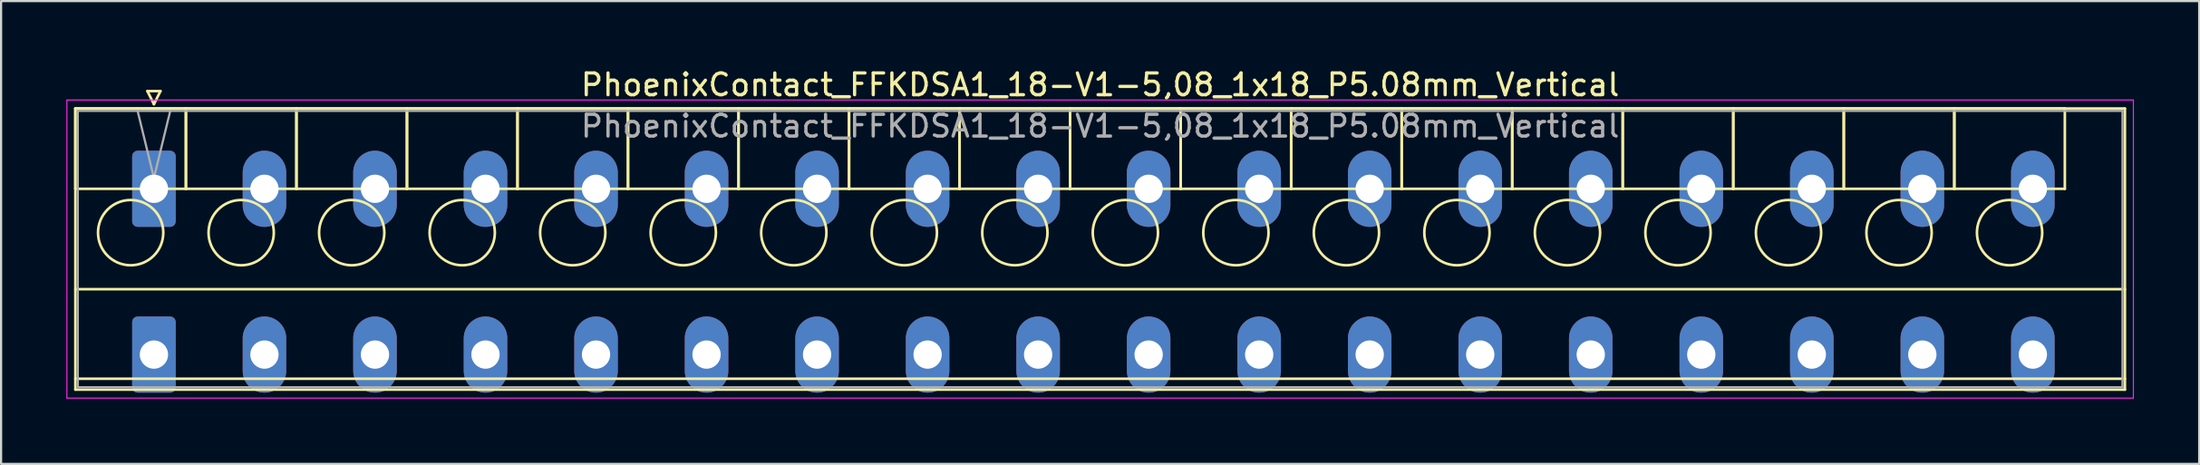
<source format=kicad_pcb>
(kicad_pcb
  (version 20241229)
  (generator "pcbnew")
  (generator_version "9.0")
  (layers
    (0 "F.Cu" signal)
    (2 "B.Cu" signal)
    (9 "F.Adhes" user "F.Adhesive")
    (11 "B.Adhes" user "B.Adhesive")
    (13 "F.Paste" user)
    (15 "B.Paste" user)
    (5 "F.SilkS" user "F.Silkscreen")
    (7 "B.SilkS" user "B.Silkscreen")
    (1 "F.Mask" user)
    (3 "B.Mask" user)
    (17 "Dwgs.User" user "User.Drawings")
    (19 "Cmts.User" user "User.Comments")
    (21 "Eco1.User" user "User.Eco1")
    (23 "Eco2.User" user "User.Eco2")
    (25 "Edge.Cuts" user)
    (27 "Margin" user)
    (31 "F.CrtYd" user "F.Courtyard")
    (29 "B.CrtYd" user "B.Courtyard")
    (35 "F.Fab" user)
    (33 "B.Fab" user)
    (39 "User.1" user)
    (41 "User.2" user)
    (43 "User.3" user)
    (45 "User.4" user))
  (footprint "PhoenixContact_FFKDSA1_18-V1-5,08_1x18_P5.08mm_Vertical"
    (layer "F.Cu")
    (at 4.025 5.628)
    (property "Reference" "PhoenixContact_FFKDSA1_18-V1-5,08_1x18_P5.08mm_Vertical" (at 43.49 -4.78 0) (layer "F.SilkS") (effects (font (size 1 1) (thickness 0.15))))
    (attr through_hole)
    (fp_line (start -3.61 -3.69) (end -3.61 0) (stroke (width 0.12) (type solid)) (layer "F.SilkS"))
    (fp_line (start -3.61 -3.69) (end -3.61 9.23) (stroke (width 0.12) (type solid)) (layer "F.SilkS"))
    (fp_line (start -3.61 0) (end 1.47 0) (stroke (width 0.12) (type solid)) (layer "F.SilkS"))
    (fp_line (start -3.61 4.615) (end 90.59 4.615) (stroke (width 0.12) (type solid)) (layer "F.SilkS"))
    (fp_line (start -3.61 8.73) (end 90.59 8.73) (stroke (width 0.12) (type solid)) (layer "F.SilkS"))
    (fp_line (start -3.61 9.23) (end 90.59 9.23) (stroke (width 0.12) (type solid)) (layer "F.SilkS"))
    (fp_line (start -0.3 -4.49) (end 0.3 -4.49) (stroke (width 0.12) (type solid)) (layer "F.SilkS"))
    (fp_line (start 0 -3.89) (end -0.3 -4.49) (stroke (width 0.12) (type solid)) (layer "F.SilkS"))
    (fp_line (start 0.3 -4.49) (end 0 -3.89) (stroke (width 0.12) (type solid)) (layer "F.SilkS"))
    (fp_line (start 1.47 -3.69) (end -3.61 -3.69) (stroke (width 0.12) (type solid)) (layer "F.SilkS"))
    (fp_line (start 1.47 -3.69) (end 1.47 0) (stroke (width 0.12) (type solid)) (layer "F.SilkS"))
    (fp_line (start 1.47 0) (end 1.47 -3.69) (stroke (width 0.12) (type solid)) (layer "F.SilkS"))
    (fp_line (start 1.47 0) (end 6.55 0) (stroke (width 0.12) (type solid)) (layer "F.SilkS"))
    (fp_line (start 6.55 -3.69) (end 1.47 -3.69) (stroke (width 0.12) (type solid)) (layer "F.SilkS"))
    (fp_line (start 6.55 -3.69) (end 6.55 0) (stroke (width 0.12) (type solid)) (layer "F.SilkS"))
    (fp_line (start 6.55 0) (end 6.55 -3.69) (stroke (width 0.12) (type solid)) (layer "F.SilkS"))
    (fp_line (start 6.55 0) (end 11.63 0) (stroke (width 0.12) (type solid)) (layer "F.SilkS"))
    (fp_line (start 11.63 -3.69) (end 6.55 -3.69) (stroke (width 0.12) (type solid)) (layer "F.SilkS"))
    (fp_line (start 11.63 -3.69) (end 11.63 0) (stroke (width 0.12) (type solid)) (layer "F.SilkS"))
    (fp_line (start 11.63 0) (end 11.63 -3.69) (stroke (width 0.12) (type solid)) (layer "F.SilkS"))
    (fp_line (start 11.63 0) (end 16.71 0) (stroke (width 0.12) (type solid)) (layer "F.SilkS"))
    (fp_line (start 16.71 -3.69) (end 11.63 -3.69) (stroke (width 0.12) (type solid)) (layer "F.SilkS"))
    (fp_line (start 16.71 -3.69) (end 16.71 0) (stroke (width 0.12) (type solid)) (layer "F.SilkS"))
    (fp_line (start 16.71 0) (end 16.71 -3.69) (stroke (width 0.12) (type solid)) (layer "F.SilkS"))
    (fp_line (start 16.71 0) (end 21.79 0) (stroke (width 0.12) (type solid)) (layer "F.SilkS"))
    (fp_line (start 21.79 -3.69) (end 16.71 -3.69) (stroke (width 0.12) (type solid)) (layer "F.SilkS"))
    (fp_line (start 21.79 -3.69) (end 21.79 0) (stroke (width 0.12) (type solid)) (layer "F.SilkS"))
    (fp_line (start 21.79 0) (end 21.79 -3.69) (stroke (width 0.12) (type solid)) (layer "F.SilkS"))
    (fp_line (start 21.79 0) (end 26.87 0) (stroke (width 0.12) (type solid)) (layer "F.SilkS"))
    (fp_line (start 26.87 -3.69) (end 21.79 -3.69) (stroke (width 0.12) (type solid)) (layer "F.SilkS"))
    (fp_line (start 26.87 -3.69) (end 26.87 0) (stroke (width 0.12) (type solid)) (layer "F.SilkS"))
    (fp_line (start 26.87 0) (end 26.87 -3.69) (stroke (width 0.12) (type solid)) (layer "F.SilkS"))
    (fp_line (start 26.87 0) (end 31.95 0) (stroke (width 0.12) (type solid)) (layer "F.SilkS"))
    (fp_line (start 31.95 -3.69) (end 26.87 -3.69) (stroke (width 0.12) (type solid)) (layer "F.SilkS"))
    (fp_line (start 31.95 -3.69) (end 31.95 0) (stroke (width 0.12) (type solid)) (layer "F.SilkS"))
    (fp_line (start 31.95 0) (end 31.95 -3.69) (stroke (width 0.12) (type solid)) (layer "F.SilkS"))
    (fp_line (start 31.95 0) (end 37.03 0) (stroke (width 0.12) (type solid)) (layer "F.SilkS"))
    (fp_line (start 37.03 -3.69) (end 31.95 -3.69) (stroke (width 0.12) (type solid)) (layer "F.SilkS"))
    (fp_line (start 37.03 -3.69) (end 37.03 0) (stroke (width 0.12) (type solid)) (layer "F.SilkS"))
    (fp_line (start 37.03 0) (end 37.03 -3.69) (stroke (width 0.12) (type solid)) (layer "F.SilkS"))
    (fp_line (start 37.03 0) (end 42.11 0) (stroke (width 0.12) (type solid)) (layer "F.SilkS"))
    (fp_line (start 42.11 -3.69) (end 37.03 -3.69) (stroke (width 0.12) (type solid)) (layer "F.SilkS"))
    (fp_line (start 42.11 -3.69) (end 42.11 0) (stroke (width 0.12) (type solid)) (layer "F.SilkS"))
    (fp_line (start 42.11 0) (end 42.11 -3.69) (stroke (width 0.12) (type solid)) (layer "F.SilkS"))
    (fp_line (start 42.11 0) (end 47.19 0) (stroke (width 0.12) (type solid)) (layer "F.SilkS"))
    (fp_line (start 47.19 -3.69) (end 42.11 -3.69) (stroke (width 0.12) (type solid)) (layer "F.SilkS"))
    (fp_line (start 47.19 -3.69) (end 47.19 0) (stroke (width 0.12) (type solid)) (layer "F.SilkS"))
    (fp_line (start 47.19 0) (end 47.19 -3.69) (stroke (width 0.12) (type solid)) (layer "F.SilkS"))
    (fp_line (start 47.19 0) (end 52.27 0) (stroke (width 0.12) (type solid)) (layer "F.SilkS"))
    (fp_line (start 52.27 -3.69) (end 47.19 -3.69) (stroke (width 0.12) (type solid)) (layer "F.SilkS"))
    (fp_line (start 52.27 -3.69) (end 52.27 0) (stroke (width 0.12) (type solid)) (layer "F.SilkS"))
    (fp_line (start 52.27 0) (end 52.27 -3.69) (stroke (width 0.12) (type solid)) (layer "F.SilkS"))
    (fp_line (start 52.27 0) (end 57.35 0) (stroke (width 0.12) (type solid)) (layer "F.SilkS"))
    (fp_line (start 57.35 -3.69) (end 52.27 -3.69) (stroke (width 0.12) (type solid)) (layer "F.SilkS"))
    (fp_line (start 57.35 -3.69) (end 57.35 0) (stroke (width 0.12) (type solid)) (layer "F.SilkS"))
    (fp_line (start 57.35 0) (end 57.35 -3.69) (stroke (width 0.12) (type solid)) (layer "F.SilkS"))
    (fp_line (start 57.35 0) (end 62.43 0) (stroke (width 0.12) (type solid)) (layer "F.SilkS"))
    (fp_line (start 62.43 -3.69) (end 57.35 -3.69) (stroke (width 0.12) (type solid)) (layer "F.SilkS"))
    (fp_line (start 62.43 -3.69) (end 62.43 0) (stroke (width 0.12) (type solid)) (layer "F.SilkS"))
    (fp_line (start 62.43 0) (end 62.43 -3.69) (stroke (width 0.12) (type solid)) (layer "F.SilkS"))
    (fp_line (start 62.43 0) (end 67.51 0) (stroke (width 0.12) (type solid)) (layer "F.SilkS"))
    (fp_line (start 67.51 -3.69) (end 62.43 -3.69) (stroke (width 0.12) (type solid)) (layer "F.SilkS"))
    (fp_line (start 67.51 -3.69) (end 67.51 0) (stroke (width 0.12) (type solid)) (layer "F.SilkS"))
    (fp_line (start 67.51 0) (end 67.51 -3.69) (stroke (width 0.12) (type solid)) (layer "F.SilkS"))
    (fp_line (start 67.51 0) (end 72.59 0) (stroke (width 0.12) (type solid)) (layer "F.SilkS"))
    (fp_line (start 72.59 -3.69) (end 67.51 -3.69) (stroke (width 0.12) (type solid)) (layer "F.SilkS"))
    (fp_line (start 72.59 -3.69) (end 72.59 0) (stroke (width 0.12) (type solid)) (layer "F.SilkS"))
    (fp_line (start 72.59 0) (end 72.59 -3.69) (stroke (width 0.12) (type solid)) (layer "F.SilkS"))
    (fp_line (start 72.59 0) (end 77.67 0) (stroke (width 0.12) (type solid)) (layer "F.SilkS"))
    (fp_line (start 77.67 -3.69) (end 72.59 -3.69) (stroke (width 0.12) (type solid)) (layer "F.SilkS"))
    (fp_line (start 77.67 -3.69) (end 77.67 0) (stroke (width 0.12) (type solid)) (layer "F.SilkS"))
    (fp_line (start 77.67 0) (end 77.67 -3.69) (stroke (width 0.12) (type solid)) (layer "F.SilkS"))
    (fp_line (start 77.67 0) (end 82.75 0) (stroke (width 0.12) (type solid)) (layer "F.SilkS"))
    (fp_line (start 82.75 -3.69) (end 77.67 -3.69) (stroke (width 0.12) (type solid)) (layer "F.SilkS"))
    (fp_line (start 82.75 -3.69) (end 82.75 0) (stroke (width 0.12) (type solid)) (layer "F.SilkS"))
    (fp_line (start 82.75 0) (end 82.75 -3.69) (stroke (width 0.12) (type solid)) (layer "F.SilkS"))
    (fp_line (start 82.75 0) (end 87.83 0) (stroke (width 0.12) (type solid)) (layer "F.SilkS"))
    (fp_line (start 87.83 -3.69) (end 82.75 -3.69) (stroke (width 0.12) (type solid)) (layer "F.SilkS"))
    (fp_line (start 87.83 0) (end 87.83 -3.69) (stroke (width 0.12) (type solid)) (layer "F.SilkS"))
    (fp_line (start 90.59 -3.69) (end -3.61 -3.69) (stroke (width 0.12) (type solid)) (layer "F.SilkS"))
    (fp_line (start 90.59 9.23) (end 90.59 -3.69) (stroke (width 0.12) (type solid)) (layer "F.SilkS"))
    (fp_circle (center -1.07 2.015) (end 0.43 2.015) (stroke (width 0.12) (type solid)) (fill no) (layer "F.SilkS"))
    (fp_circle (center 4.01 2.015) (end 5.51 2.015) (stroke (width 0.12) (type solid)) (fill no) (layer "F.SilkS"))
    (fp_circle (center 9.09 2.015) (end 10.59 2.015) (stroke (width 0.12) (type solid)) (fill no) (layer "F.SilkS"))
    (fp_circle (center 14.17 2.015) (end 15.67 2.015) (stroke (width 0.12) (type solid)) (fill no) (layer "F.SilkS"))
    (fp_circle (center 19.25 2.015) (end 20.75 2.015) (stroke (width 0.12) (type solid)) (fill no) (layer "F.SilkS"))
    (fp_circle (center 24.33 2.015) (end 25.83 2.015) (stroke (width 0.12) (type solid)) (fill no) (layer "F.SilkS"))
    (fp_circle (center 29.41 2.015) (end 30.91 2.015) (stroke (width 0.12) (type solid)) (fill no) (layer "F.SilkS"))
    (fp_circle (center 34.49 2.015) (end 35.99 2.015) (stroke (width 0.12) (type solid)) (fill no) (layer "F.SilkS"))
    (fp_circle (center 39.57 2.015) (end 41.07 2.015) (stroke (width 0.12) (type solid)) (fill no) (layer "F.SilkS"))
    (fp_circle (center 44.65 2.015) (end 46.15 2.015) (stroke (width 0.12) (type solid)) (fill no) (layer "F.SilkS"))
    (fp_circle (center 49.73 2.015) (end 51.23 2.015) (stroke (width 0.12) (type solid)) (fill no) (layer "F.SilkS"))
    (fp_circle (center 54.81 2.015) (end 56.31 2.015) (stroke (width 0.12) (type solid)) (fill no) (layer "F.SilkS"))
    (fp_circle (center 59.89 2.015) (end 61.39 2.015) (stroke (width 0.12) (type solid)) (fill no) (layer "F.SilkS"))
    (fp_circle (center 64.97 2.015) (end 66.47 2.015) (stroke (width 0.12) (type solid)) (fill no) (layer "F.SilkS"))
    (fp_circle (center 70.05 2.015) (end 71.55 2.015) (stroke (width 0.12) (type solid)) (fill no) (layer "F.SilkS"))
    (fp_circle (center 75.13 2.015) (end 76.63 2.015) (stroke (width 0.12) (type solid)) (fill no) (layer "F.SilkS"))
    (fp_circle (center 80.21 2.015) (end 81.71 2.015) (stroke (width 0.12) (type solid)) (fill no) (layer "F.SilkS"))
    (fp_circle (center 85.29 2.015) (end 86.79 2.015) (stroke (width 0.12) (type solid)) (fill no) (layer "F.SilkS"))
    (fp_line (start -4 -4.08) (end -4 9.62) (stroke (width 0.05) (type solid)) (layer "F.CrtYd"))
    (fp_line (start -4 9.62) (end 90.98 9.62) (stroke (width 0.05) (type solid)) (layer "F.CrtYd"))
    (fp_line (start 90.98 -4.08) (end -4 -4.08) (stroke (width 0.05) (type solid)) (layer "F.CrtYd"))
    (fp_line (start 90.98 9.62) (end 90.98 -4.08) (stroke (width 0.05) (type solid)) (layer "F.CrtYd"))
    (fp_line (start -3.5 -3.58) (end -3.5 9.12) (stroke (width 0.1) (type solid)) (layer "F.Fab"))
    (fp_line (start -3.5 9.12) (end 90.48 9.12) (stroke (width 0.1) (type solid)) (layer "F.Fab"))
    (fp_line (start 0 -0.5) (end -0.75 -3.58) (stroke (width 0.1) (type solid)) (layer "F.Fab"))
    (fp_line (start 0.75 -3.58) (end 0 -0.5) (stroke (width 0.1) (type solid)) (layer "F.Fab"))
    (fp_line (start 90.48 -3.58) (end -3.5 -3.58) (stroke (width 0.1) (type solid)) (layer "F.Fab"))
    (fp_line (start 90.48 9.12) (end 90.48 -3.58) (stroke (width 0.1) (type solid)) (layer "F.Fab"))
    (fp_text user "${REFERENCE}" (at 43.49 -2.88 0) (layer "F.Fab") (effects (font (size 1 1) (thickness 0.15))))
    (pad "1" thru_hole roundrect (at 0 0) (size 2 3.5) (drill 1.3) (layers "*.Cu" "*.Mask") (roundrect_rratio 0.125))
    (pad "1" thru_hole roundrect (at 0 7.62) (size 2 3.5) (drill 1.3) (layers "*.Cu" "*.Mask") (roundrect_rratio 0.125))
    (pad "2" thru_hole oval (at 5.08 0) (size 2 3.5) (drill 1.3) (layers "*.Cu" "*.Mask"))
    (pad "2" thru_hole oval (at 5.08 7.62) (size 2 3.5) (drill 1.3) (layers "*.Cu" "*.Mask"))
    (pad "3" thru_hole oval (at 10.16 0) (size 2 3.5) (drill 1.3) (layers "*.Cu" "*.Mask"))
    (pad "3" thru_hole oval (at 10.16 7.62) (size 2 3.5) (drill 1.3) (layers "*.Cu" "*.Mask"))
    (pad "4" thru_hole oval (at 15.24 0) (size 2 3.5) (drill 1.3) (layers "*.Cu" "*.Mask"))
    (pad "4" thru_hole oval (at 15.24 7.62) (size 2 3.5) (drill 1.3) (layers "*.Cu" "*.Mask"))
    (pad "5" thru_hole oval (at 20.32 0) (size 2 3.5) (drill 1.3) (layers "*.Cu" "*.Mask"))
    (pad "5" thru_hole oval (at 20.32 7.62) (size 2 3.5) (drill 1.3) (layers "*.Cu" "*.Mask"))
    (pad "6" thru_hole oval (at 25.4 0) (size 2 3.5) (drill 1.3) (layers "*.Cu" "*.Mask"))
    (pad "6" thru_hole oval (at 25.4 7.62) (size 2 3.5) (drill 1.3) (layers "*.Cu" "*.Mask"))
    (pad "7" thru_hole oval (at 30.48 0) (size 2 3.5) (drill 1.3) (layers "*.Cu" "*.Mask"))
    (pad "7" thru_hole oval (at 30.48 7.62) (size 2 3.5) (drill 1.3) (layers "*.Cu" "*.Mask"))
    (pad "8" thru_hole oval (at 35.56 0) (size 2 3.5) (drill 1.3) (layers "*.Cu" "*.Mask"))
    (pad "8" thru_hole oval (at 35.56 7.62) (size 2 3.5) (drill 1.3) (layers "*.Cu" "*.Mask"))
    (pad "9" thru_hole oval (at 40.64 0) (size 2 3.5) (drill 1.3) (layers "*.Cu" "*.Mask"))
    (pad "9" thru_hole oval (at 40.64 7.62) (size 2 3.5) (drill 1.3) (layers "*.Cu" "*.Mask"))
    (pad "10" thru_hole oval (at 45.72 0) (size 2 3.5) (drill 1.3) (layers "*.Cu" "*.Mask"))
    (pad "10" thru_hole oval (at 45.72 7.62) (size 2 3.5) (drill 1.3) (layers "*.Cu" "*.Mask"))
    (pad "11" thru_hole oval (at 50.8 0) (size 2 3.5) (drill 1.3) (layers "*.Cu" "*.Mask"))
    (pad "11" thru_hole oval (at 50.8 7.62) (size 2 3.5) (drill 1.3) (layers "*.Cu" "*.Mask"))
    (pad "12" thru_hole oval (at 55.88 0) (size 2 3.5) (drill 1.3) (layers "*.Cu" "*.Mask"))
    (pad "12" thru_hole oval (at 55.88 7.62) (size 2 3.5) (drill 1.3) (layers "*.Cu" "*.Mask"))
    (pad "13" thru_hole oval (at 60.96 0) (size 2 3.5) (drill 1.3) (layers "*.Cu" "*.Mask"))
    (pad "13" thru_hole oval (at 60.96 7.62) (size 2 3.5) (drill 1.3) (layers "*.Cu" "*.Mask"))
    (pad "14" thru_hole oval (at 66.04 0) (size 2 3.5) (drill 1.3) (layers "*.Cu" "*.Mask"))
    (pad "14" thru_hole oval (at 66.04 7.62) (size 2 3.5) (drill 1.3) (layers "*.Cu" "*.Mask"))
    (pad "15" thru_hole oval (at 71.12 0) (size 2 3.5) (drill 1.3) (layers "*.Cu" "*.Mask"))
    (pad "15" thru_hole oval (at 71.12 7.62) (size 2 3.5) (drill 1.3) (layers "*.Cu" "*.Mask"))
    (pad "16" thru_hole oval (at 76.2 0) (size 2 3.5) (drill 1.3) (layers "*.Cu" "*.Mask"))
    (pad "16" thru_hole oval (at 76.2 7.62) (size 2 3.5) (drill 1.3) (layers "*.Cu" "*.Mask"))
    (pad "17" thru_hole oval (at 81.28 0) (size 2 3.5) (drill 1.3) (layers "*.Cu" "*.Mask"))
    (pad "17" thru_hole oval (at 81.28 7.62) (size 2 3.5) (drill 1.3) (layers "*.Cu" "*.Mask"))
    (pad "18" thru_hole oval (at 86.36 0) (size 2 3.5) (drill 1.3) (layers "*.Cu" "*.Mask"))
    (pad "18" thru_hole oval (at 86.36 7.62) (size 2 3.5) (drill 1.3) (layers "*.Cu" "*.Mask")))
  (gr_rect
    (start -3 -3)
    (end 98.03 18.273)
    (stroke (width 0.1) (type default))
    (fill no)
    (layer "Edge.Cuts")))
</source>
